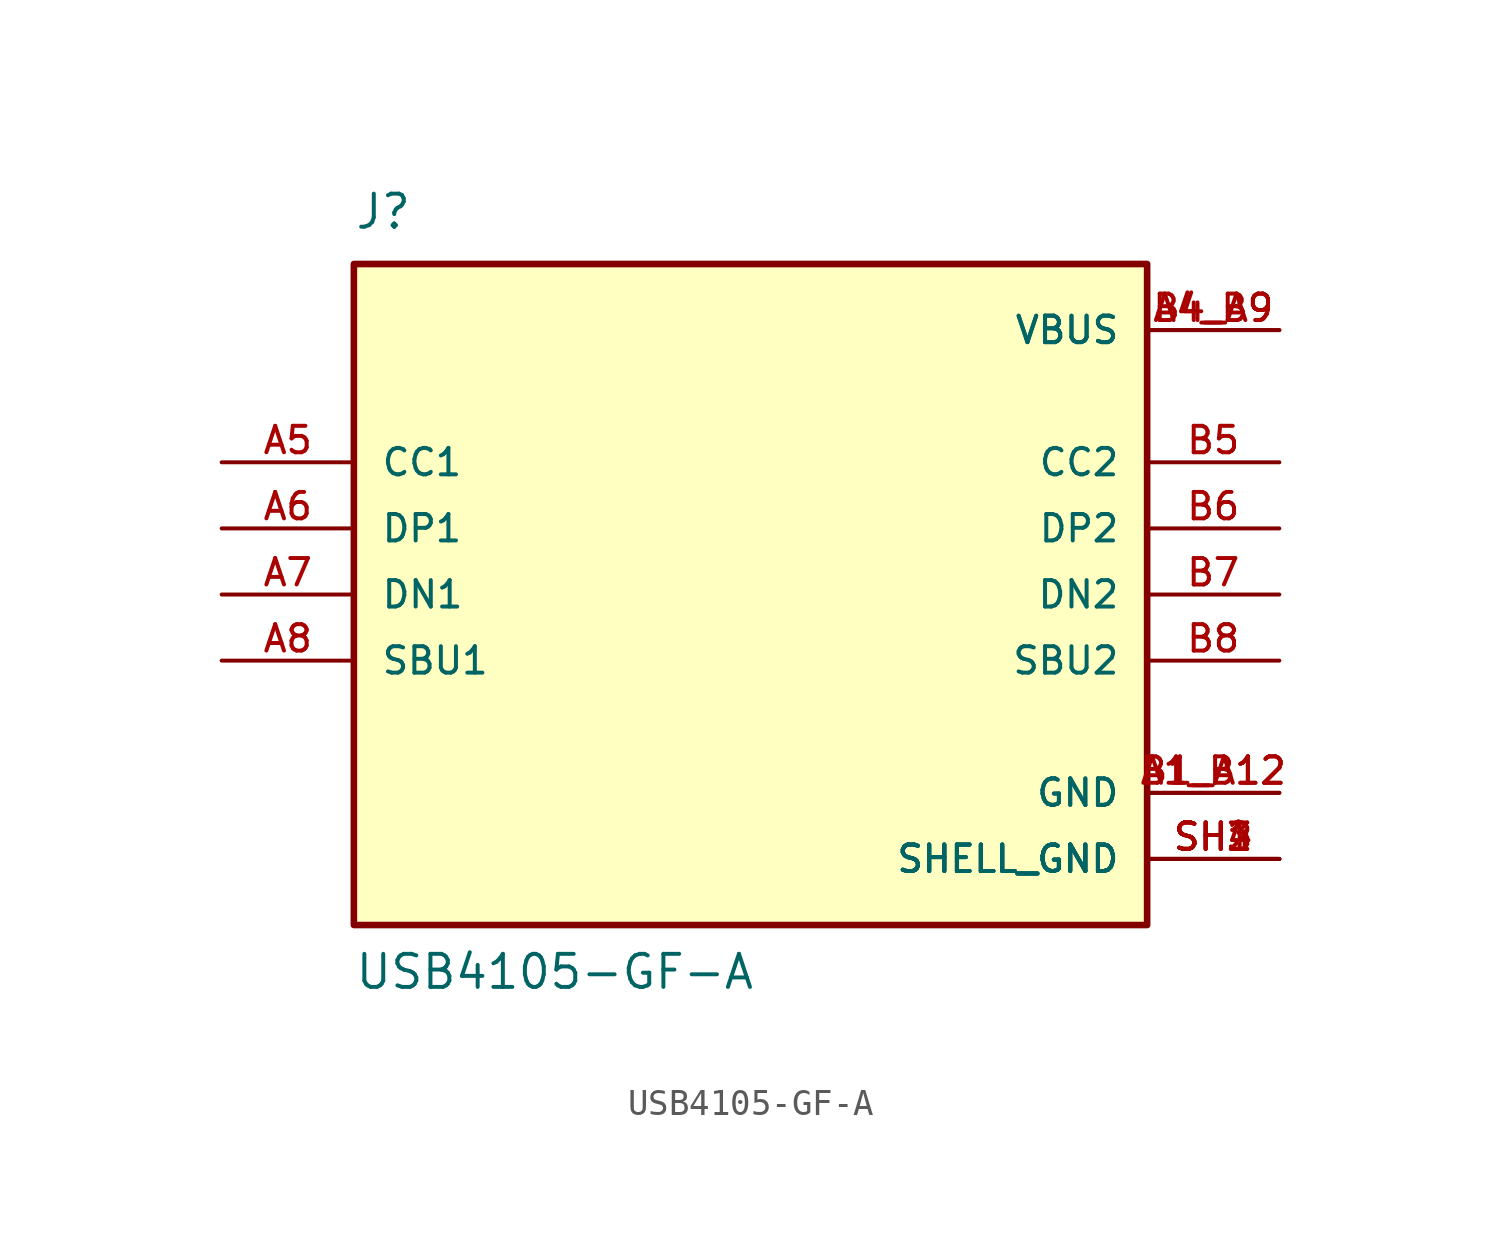
<source format=kicad_sym>
(kicad_symbol_lib
  (version 20211014)
  (generator kicad_symbol_editor)
  (symbol "USB4105-GF-A"
    (pin_names
      (offset 1.016))
    (property "Reference" "J"
      (at -15.24 13.97 0)
      (effects (font (size 1.27 1.27)) (justify bottom left)))
    (property "Value" "USB4105-GF-A"
      (at -15.24 -15.24 0)
      (effects (font (size 1.27 1.27)) (justify bottom left)))
    (symbol "USB4105-GF-A_0_0"
      (rectangle (start -15.24 -12.7) (end 15.24 12.7) (stroke (width 0.254)) (fill (type background)))
      (pin bidirectional line (at -20.32 5.08 0) (length 5.08) (name "CC1" (effects (font (size 1.016 1.016)))) (number "A5" (effects (font (size 1.016 1.016)))))
      (pin bidirectional line (at -20.32 2.54 0) (length 5.08) (name "DP1" (effects (font (size 1.016 1.016)))) (number "A6" (effects (font (size 1.016 1.016)))))
      (pin bidirectional line (at -20.32 0.0 0) (length 5.08) (name "DN1" (effects (font (size 1.016 1.016)))) (number "A7" (effects (font (size 1.016 1.016)))))
      (pin bidirectional line (at -20.32 -2.54 0) (length 5.08) (name "SBU1" (effects (font (size 1.016 1.016)))) (number "A8" (effects (font (size 1.016 1.016)))))
      (pin power_in line (at 20.32 10.16 180.0) (length 5.08) (name "VBUS" (effects (font (size 1.016 1.016)))) (number "A4_B9" (effects (font (size 1.016 1.016)))))
      (pin power_in line (at 20.32 10.16 180.0) (length 5.08) (name "VBUS" (effects (font (size 1.016 1.016)))) (number "B4_A9" (effects (font (size 1.016 1.016)))))
      (pin bidirectional line (at 20.32 5.08 180.0) (length 5.08) (name "CC2" (effects (font (size 1.016 1.016)))) (number "B5" (effects (font (size 1.016 1.016)))))
      (pin bidirectional line (at 20.32 2.54 180.0) (length 5.08) (name "DP2" (effects (font (size 1.016 1.016)))) (number "B6" (effects (font (size 1.016 1.016)))))
      (pin bidirectional line (at 20.32 0.0 180.0) (length 5.08) (name "DN2" (effects (font (size 1.016 1.016)))) (number "B7" (effects (font (size 1.016 1.016)))))
      (pin bidirectional line (at 20.32 -2.54 180.0) (length 5.08) (name "SBU2" (effects (font (size 1.016 1.016)))) (number "B8" (effects (font (size 1.016 1.016)))))
      (pin power_in line (at 20.32 -7.62 180.0) (length 5.08) (name "GND" (effects (font (size 1.016 1.016)))) (number "A1_B12" (effects (font (size 1.016 1.016)))))
      (pin power_in line (at 20.32 -7.62 180.0) (length 5.08) (name "GND" (effects (font (size 1.016 1.016)))) (number "B1_A12" (effects (font (size 1.016 1.016)))))
      (pin power_in line (at 20.32 -10.16 180.0) (length 5.08) (name "SHELL_GND" (effects (font (size 1.016 1.016)))) (number "SH1" (effects (font (size 1.016 1.016)))))
      (pin power_in line (at 20.32 -10.16 180.0) (length 5.08) (name "SHELL_GND" (effects (font (size 1.016 1.016)))) (number "SH2" (effects (font (size 1.016 1.016)))))
      (pin power_in line (at 20.32 -10.16 180.0) (length 5.08) (name "SHELL_GND" (effects (font (size 1.016 1.016)))) (number "SH3" (effects (font (size 1.016 1.016)))))
      (pin power_in line (at 20.32 -10.16 180.0) (length 5.08) (name "SHELL_GND" (effects (font (size 1.016 1.016)))) (number "SH4" (effects (font (size 1.016 1.016))))))))
</source>
